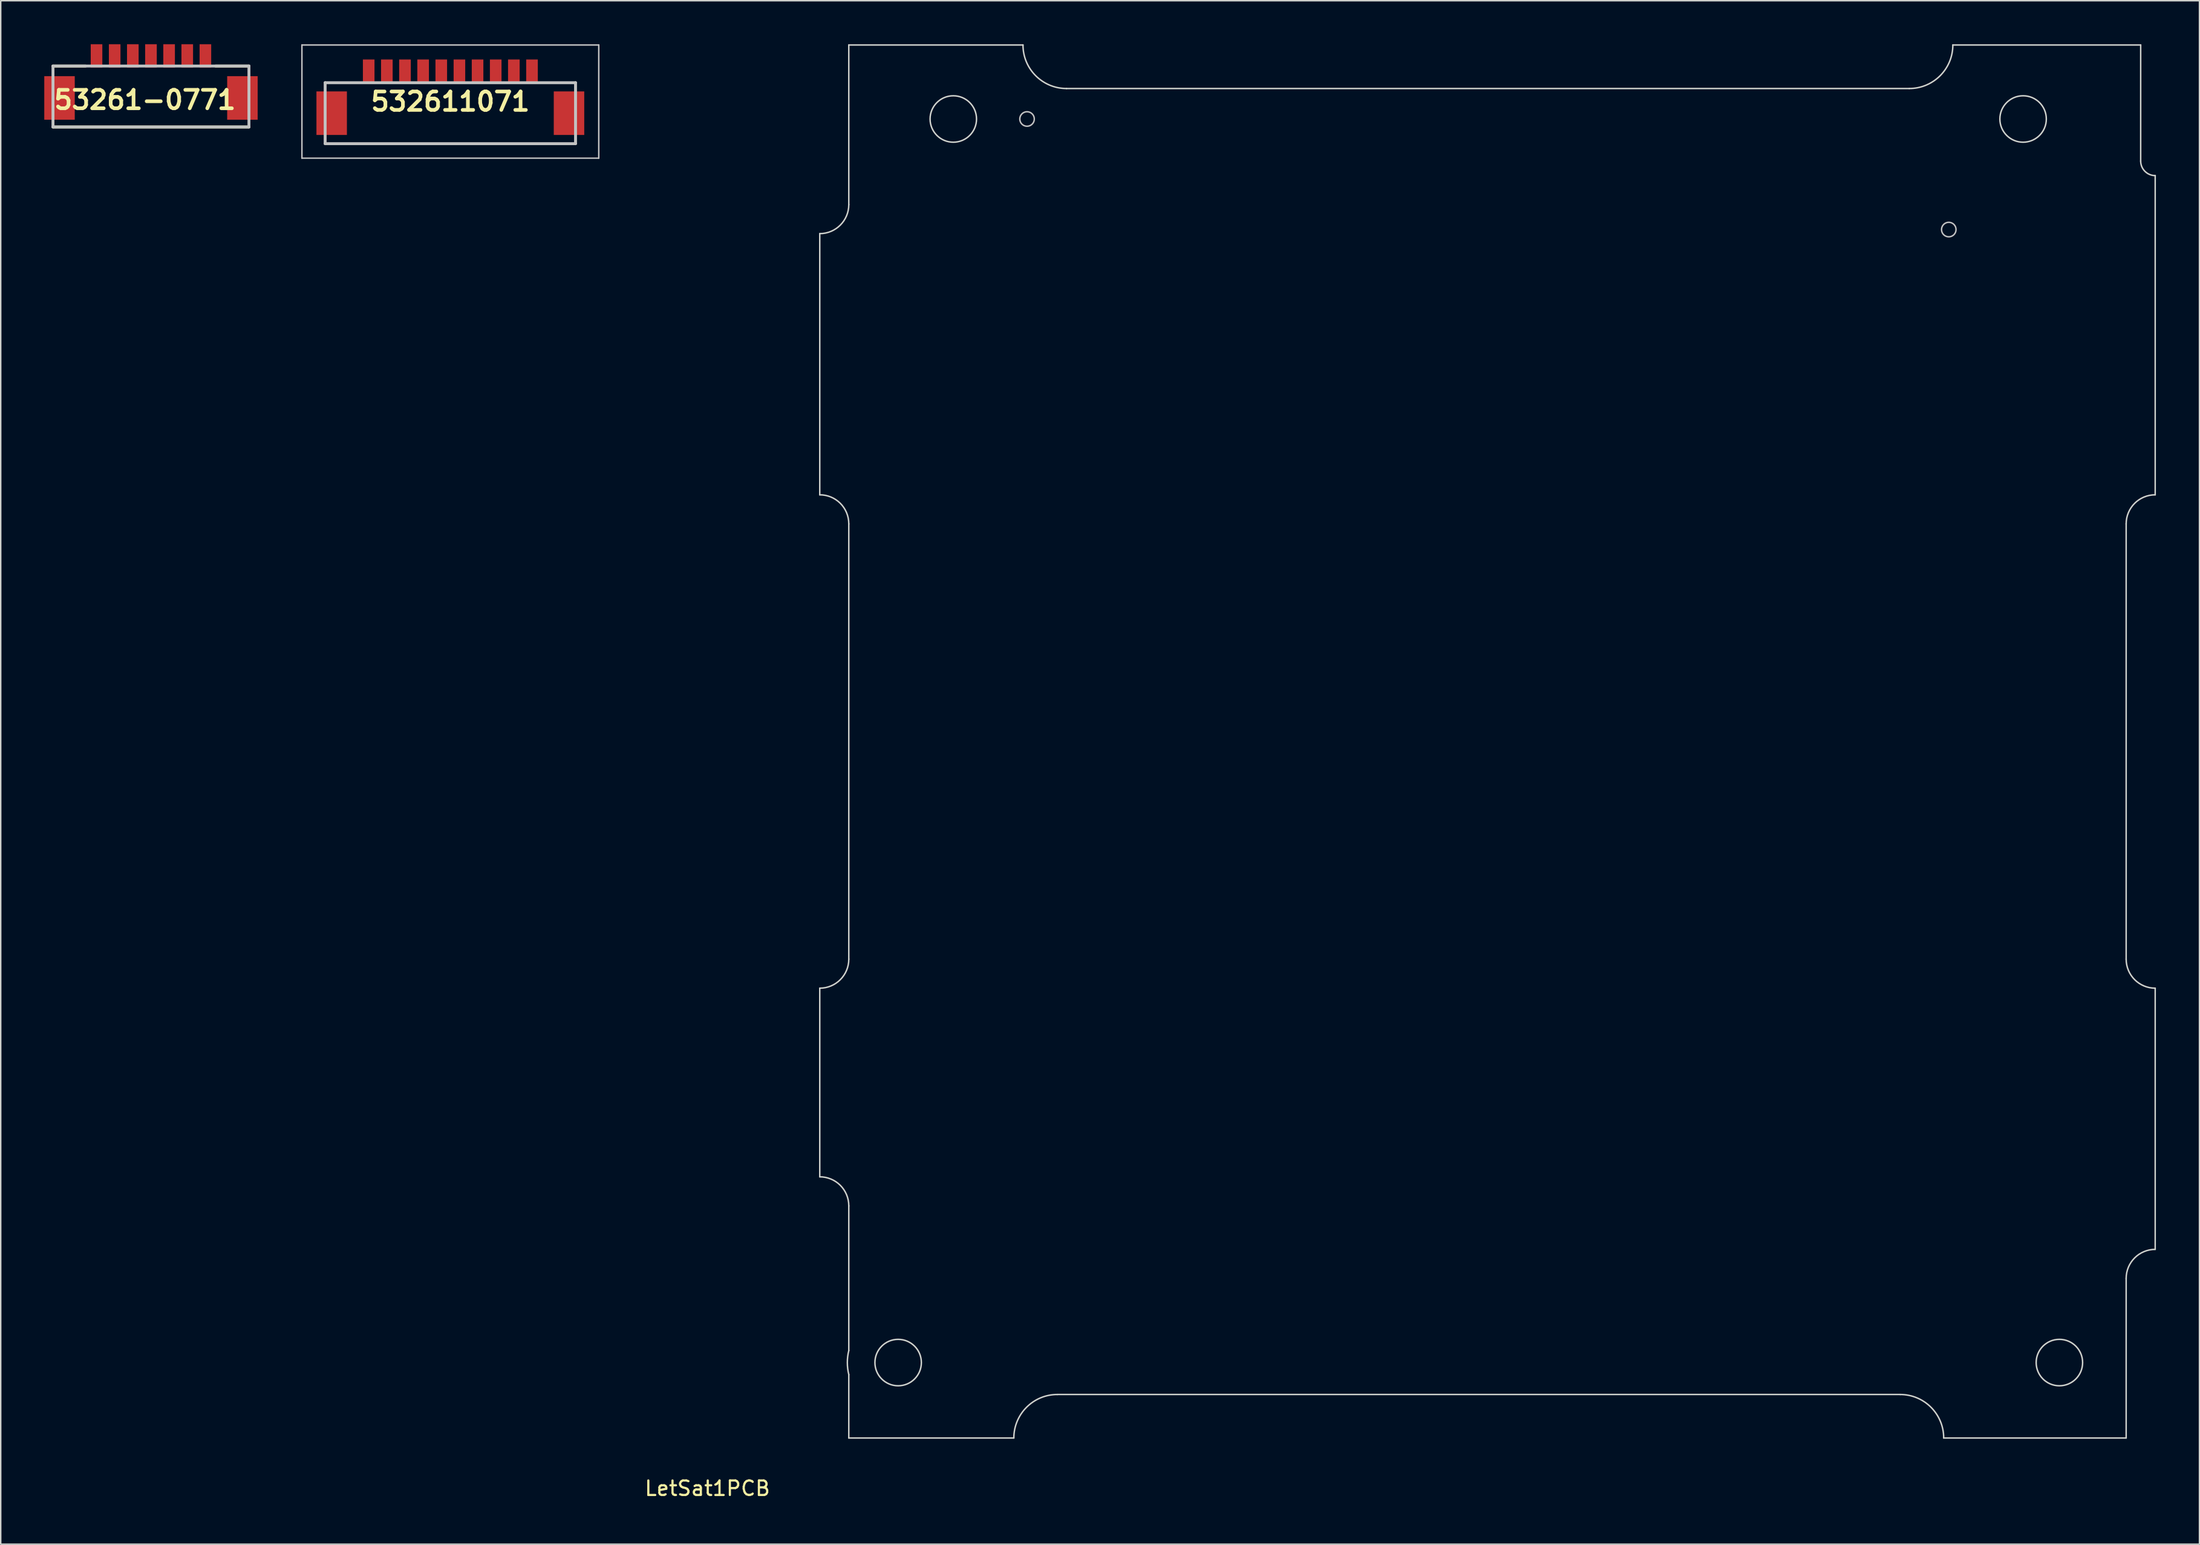
<source format=kicad_pcb>
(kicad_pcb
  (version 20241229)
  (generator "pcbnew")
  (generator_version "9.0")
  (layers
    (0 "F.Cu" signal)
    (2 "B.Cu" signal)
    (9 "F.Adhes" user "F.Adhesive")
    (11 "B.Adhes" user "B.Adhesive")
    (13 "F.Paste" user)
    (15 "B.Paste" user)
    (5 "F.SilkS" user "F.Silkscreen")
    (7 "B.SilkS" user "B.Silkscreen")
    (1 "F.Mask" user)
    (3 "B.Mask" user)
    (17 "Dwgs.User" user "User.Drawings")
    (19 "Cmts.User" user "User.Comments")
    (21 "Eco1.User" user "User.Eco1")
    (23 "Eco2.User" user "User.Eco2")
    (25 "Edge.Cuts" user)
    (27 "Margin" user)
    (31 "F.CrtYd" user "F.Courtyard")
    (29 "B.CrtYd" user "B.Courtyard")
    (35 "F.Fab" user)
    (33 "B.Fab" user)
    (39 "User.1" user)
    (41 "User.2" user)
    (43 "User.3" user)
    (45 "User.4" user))
  (footprint "LetSat1PCB"
    (layer "F.Cu")
    (at 55.425 96.05)
    (property "Reference" "LetSat1PCB" (at -9.74 3.47 0) (layer "F.SilkS") (effects (font (size 1 1) (thickness 0.15))))
    (attr through_hole)
    (fp_circle (center 12.28 -90.9) (end 12.78 -90.9) (stroke (width 0.1) (type solid)) (fill no) (layer "Dwgs.User"))
    (fp_circle (center 75.78 -83.28) (end 76.28 -83.28) (stroke (width 0.1) (type solid)) (fill no) (layer "Dwgs.User"))
    (fp_line (start -2 -83) (end -2 -65) (stroke (width 0.1) (type solid)) (layer "Edge.Cuts"))
    (fp_line (start -2 -31) (end -2 -18) (stroke (width 0.1) (type solid)) (layer "Edge.Cuts"))
    (fp_line (start 0 -96) (end 0 -85) (stroke (width 0.1) (type solid)) (layer "Edge.Cuts"))
    (fp_line (start 0 -63) (end 0 -33) (stroke (width 0.1) (type solid)) (layer "Edge.Cuts"))
    (fp_line (start 0 -16) (end 0 -6.031) (stroke (width 0.1) (type solid)) (layer "Edge.Cuts"))
    (fp_line (start 0 -4.369) (end 0 0) (stroke (width 0.1) (type solid)) (layer "Edge.Cuts"))
    (fp_line (start 0 0) (end 11.37 0) (stroke (width 0.1) (type solid)) (layer "Edge.Cuts"))
    (fp_line (start 12 -96) (end 0 -96) (stroke (width 0.1) (type solid)) (layer "Edge.Cuts"))
    (fp_line (start 14.37 -3) (end 72.43 -3) (stroke (width 0.1) (type solid)) (layer "Edge.Cuts"))
    (fp_line (start 73.06 -93) (end 15 -93) (stroke (width 0.1) (type solid)) (layer "Edge.Cuts"))
    (fp_line (start 75.43 0) (end 88 0) (stroke (width 0.1) (type solid)) (layer "Edge.Cuts"))
    (fp_line (start 88 -33) (end 88 -63) (stroke (width 0.1) (type solid)) (layer "Edge.Cuts"))
    (fp_line (start 88 0) (end 88 -11) (stroke (width 0.1) (type solid)) (layer "Edge.Cuts"))
    (fp_line (start 89 -96) (end 76.06 -96) (stroke (width 0.1) (type solid)) (layer "Edge.Cuts"))
    (fp_line (start 89 -88) (end 89 -96) (stroke (width 0.1) (type solid)) (layer "Edge.Cuts"))
    (fp_line (start 90 -65) (end 90 -87) (stroke (width 0.1) (type solid)) (layer "Edge.Cuts"))
    (fp_line (start 90 -13) (end 90 -31) (stroke (width 0.1) (type solid)) (layer "Edge.Cuts"))
    (fp_arc (start -2 -65.000416) (mid -0.585786 -64.41463) (end 0 -63.000416) (stroke (width 0.1) (type solid)) (layer "Edge.Cuts"))
    (fp_arc (start -2 -18) (mid -0.585786 -17.414214) (end 0 -16) (stroke (width 0.1) (type solid)) (layer "Edge.Cuts"))
    (fp_arc (start 0 -85) (mid -0.585786 -83.585786) (end -2 -83) (stroke (width 0.1) (type solid)) (layer "Edge.Cuts"))
    (fp_arc (start 0 -33.000416) (mid -0.585786 -31.586202) (end -2 -31.000416) (stroke (width 0.1) (type solid)) (layer "Edge.Cuts"))
    (fp_arc (start 0 -4.369337) (mid -0.1 -5.2) (end 0 -6.030662) (stroke (width 0.1) (type solid)) (layer "Edge.Cuts"))
    (fp_arc (start 11.37 0) (mid 12.24868 -2.12132) (end 14.37 -3) (stroke (width 0.1) (type solid)) (layer "Edge.Cuts"))
    (fp_arc (start 15 -93) (mid 12.87868 -93.87868) (end 12 -96) (stroke (width 0.1) (type solid)) (layer "Edge.Cuts"))
    (fp_arc (start 72.43 -3) (mid 74.55132 -2.12132) (end 75.43 0) (stroke (width 0.1) (type solid)) (layer "Edge.Cuts"))
    (fp_arc (start 76.06 -96) (mid 75.18132 -93.87868) (end 73.06 -93) (stroke (width 0.1) (type solid)) (layer "Edge.Cuts"))
    (fp_arc (start 88 -63.000416) (mid 88.585786 -64.41463) (end 90 -65.000416) (stroke (width 0.1) (type solid)) (layer "Edge.Cuts"))
    (fp_arc (start 88 -11) (mid 88.585786 -12.414214) (end 90 -13) (stroke (width 0.1) (type solid)) (layer "Edge.Cuts"))
    (fp_arc (start 90 -87) (mid 89.292893 -87.292893) (end 89 -88) (stroke (width 0.1) (type solid)) (layer "Edge.Cuts"))
    (fp_arc (start 90 -31.000416) (mid 88.585786 -31.586202) (end 88 -33.000416) (stroke (width 0.1) (type solid)) (layer "Edge.Cuts"))
    (fp_circle (center 3.4 -5.2) (end 5 -5.2) (stroke (width 0.1) (type solid)) (fill no) (layer "Edge.Cuts"))
    (fp_circle (center 7.2 -90.9) (end 8.8 -90.9) (stroke (width 0.1) (type solid)) (fill no) (layer "Edge.Cuts"))
    (fp_circle (center 80.9 -90.9) (end 82.5 -90.9) (stroke (width 0.1) (type solid)) (fill no) (layer "Edge.Cuts"))
    (fp_circle (center 83.4 -5.2) (end 85 -5.2) (stroke (width 0.1) (type solid)) (fill no) (layer "Edge.Cuts")))
  (footprint "53261-0771"
    (layer "F.Cu")
    (at 7.35 1.5)
    (property "Reference" "53261-0771" (at -0.415 2.337 0) (layer "F.SilkS") (effects (font (size 1.27 1.27) (thickness 0.254))))
    (attr smd)
    (fp_line (start -6.75 0) (end -4.503 0) (stroke (width 0.2) (type solid)) (layer "F.SilkS"))
    (fp_line (start -6.75 4.2) (end 6.75 4.2) (stroke (width 0.2) (type solid)) (layer "F.SilkS"))
    (fp_line (start 6.75 0) (end 4.45 0) (stroke (width 0.2) (type solid)) (layer "F.SilkS"))
    (fp_line (start -6.75 0) (end 6.75 0) (stroke (width 0.2) (type solid)) (layer "Dwgs.User"))
    (fp_line (start -6.75 4.2) (end -6.75 0) (stroke (width 0.2) (type solid)) (layer "Dwgs.User"))
    (fp_line (start 6.75 0) (end 6.75 4.2) (stroke (width 0.2) (type solid)) (layer "Dwgs.User"))
    (fp_line (start 6.75 4.2) (end -6.75 4.2) (stroke (width 0.2) (type solid)) (layer "Dwgs.User"))
    (pad "1" smd rect (at -3.75 -0.7) (size 0.8 1.6) (layers "F.Cu" "F.Mask" "F.Paste"))
    (pad "2" smd rect (at -2.5 -0.7) (size 0.8 1.6) (layers "F.Cu" "F.Mask" "F.Paste"))
    (pad "3" smd rect (at -1.25 -0.7) (size 0.8 1.6) (layers "F.Cu" "F.Mask" "F.Paste"))
    (pad "4" smd rect (at 0 -0.7) (size 0.8 1.6) (layers "F.Cu" "F.Mask" "F.Paste"))
    (pad "5" smd rect (at 1.25 -0.7) (size 0.8 1.6) (layers "F.Cu" "F.Mask" "F.Paste"))
    (pad "6" smd rect (at 2.5 -0.7) (size 0.8 1.6) (layers "F.Cu" "F.Mask" "F.Paste"))
    (pad "7" smd rect (at 3.75 -0.7) (size 0.8 1.6) (layers "F.Cu" "F.Mask" "F.Paste"))
    (pad "8" smd rect (at -6.3 2.2) (size 2.1 3) (layers "F.Cu" "F.Mask" "F.Paste"))
    (pad "9" smd rect (at 6.3 2.2) (size 2.1 3) (layers "F.Cu" "F.Mask" "F.Paste")))
  (footprint "532611071"
    (layer "F.Cu")
    (at 27.975 3.95)
    (property "Reference" "532611071" (at 0 0 0) (layer "F.SilkS") (effects (font (size 1.27 1.27) (thickness 0.254))))
    (attr smd)
    (fp_line (start -8.625 2.9) (end 8.625 2.9) (stroke (width 0.1) (type solid)) (layer "F.SilkS"))
    (fp_line (start -6.5 -1.3) (end -8.625 -1.3) (stroke (width 0.1) (type solid)) (layer "F.SilkS"))
    (fp_line (start 6.5 -1.3) (end 8.625 -1.3) (stroke (width 0.1) (type solid)) (layer "F.SilkS"))
    (fp_line (start -10.225 -3.9) (end 10.225 -3.9) (stroke (width 0.1) (type solid)) (layer "Dwgs.User"))
    (fp_line (start -10.225 3.9) (end -10.225 -3.9) (stroke (width 0.1) (type solid)) (layer "Dwgs.User"))
    (fp_line (start -8.625 -1.3) (end 8.625 -1.3) (stroke (width 0.2) (type solid)) (layer "Dwgs.User"))
    (fp_line (start -8.625 2.9) (end -8.625 -1.3) (stroke (width 0.2) (type solid)) (layer "Dwgs.User"))
    (fp_line (start 8.625 -1.3) (end 8.625 2.9) (stroke (width 0.2) (type solid)) (layer "Dwgs.User"))
    (fp_line (start 8.625 2.9) (end -8.625 2.9) (stroke (width 0.2) (type solid)) (layer "Dwgs.User"))
    (fp_line (start 10.225 -3.9) (end 10.225 3.9) (stroke (width 0.1) (type solid)) (layer "Dwgs.User"))
    (fp_line (start 10.225 3.9) (end -10.225 3.9) (stroke (width 0.1) (type solid)) (layer "Dwgs.User"))
    (pad "1" smd rect (at -5.625 -2.1) (size 0.8 1.6) (layers "F.Cu" "F.Mask" "F.Paste"))
    (pad "2" smd rect (at -4.375 -2.1) (size 0.8 1.6) (layers "F.Cu" "F.Mask" "F.Paste"))
    (pad "3" smd rect (at -3.125 -2.1) (size 0.8 1.6) (layers "F.Cu" "F.Mask" "F.Paste"))
    (pad "4" smd rect (at -1.875 -2.1) (size 0.8 1.6) (layers "F.Cu" "F.Mask" "F.Paste"))
    (pad "5" smd rect (at -0.625 -2.1) (size 0.8 1.6) (layers "F.Cu" "F.Mask" "F.Paste"))
    (pad "6" smd rect (at 0.625 -2.1) (size 0.8 1.6) (layers "F.Cu" "F.Mask" "F.Paste"))
    (pad "7" smd rect (at 1.875 -2.1) (size 0.8 1.6) (layers "F.Cu" "F.Mask" "F.Paste"))
    (pad "8" smd rect (at 3.125 -2.1) (size 0.8 1.6) (layers "F.Cu" "F.Mask" "F.Paste"))
    (pad "9" smd rect (at 4.375 -2.1) (size 0.8 1.6) (layers "F.Cu" "F.Mask" "F.Paste"))
    (pad "10" smd rect (at 5.625 -2.1) (size 0.8 1.6) (layers "F.Cu" "F.Mask" "F.Paste"))
    (pad "11" smd rect (at -8.175 0.8) (size 2.1 3) (layers "F.Cu" "F.Mask" "F.Paste"))
    (pad "12" smd rect (at 8.175 0.8) (size 2.1 3) (layers "F.Cu" "F.Mask" "F.Paste")))
  (gr_rect
    (start -3 -3)
    (end 148.475 103.368)
    (stroke (width 0.1) (type default))
    (fill no)
    (layer "Edge.Cuts")))
</source>
